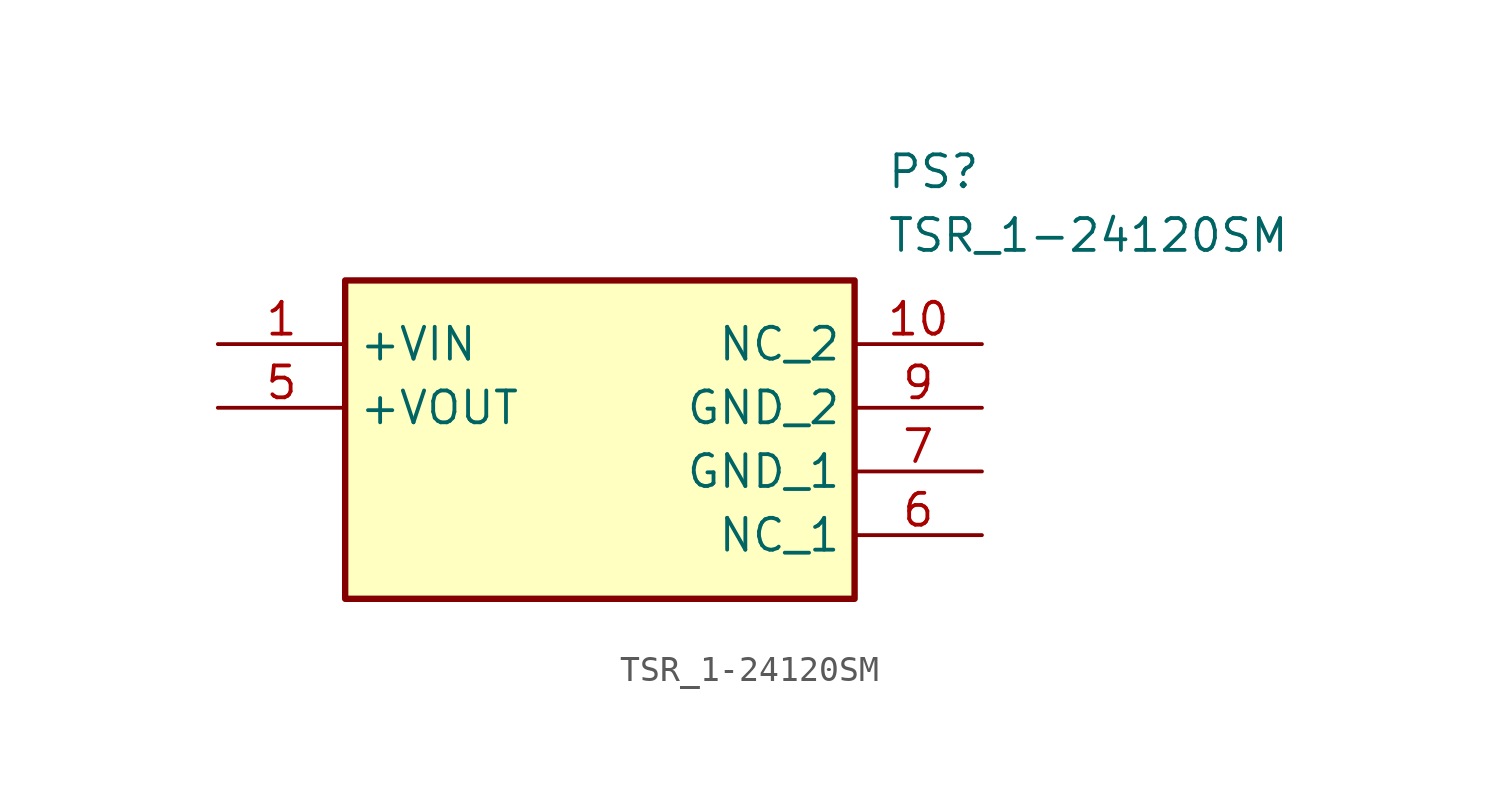
<source format=kicad_sym>
(kicad_symbol_lib
  (version 20211014)
  (generator SamacSys_ECAD_Model)
  (symbol "TSR_1-24120SM"
    (property "Reference" "PS"
      (at 26.67 7.62 0)
      (effects (font (size 1.27 1.27)) (justify left top)))
    (property "Value" "TSR_1-24120SM"
      (at 26.67 5.08 0)
      (effects (font (size 1.27 1.27)) (justify left top)))
    (rectangle
      (start 5.08 2.54)
      (end 25.4 -10.16)
      (stroke (width 0.254) (type default))
      (fill (type background)))
    (pin passive line
      (at 0 0 0)
      (length 5.08)
      (name "+VIN" (effects (font (size 1.27 1.27))))
      (number "1" (effects (font (size 1.27 1.27)))))
    (pin passive line
      (at 0 -2.54 0)
      (length 5.08)
      (name "+VOUT" (effects (font (size 1.27 1.27))))
      (number "5" (effects (font (size 1.27 1.27)))))
    (pin passive line
      (at 30.48 -7.62 180)
      (length 5.08)
      (name "NC_1" (effects (font (size 1.27 1.27))))
      (number "6" (effects (font (size 1.27 1.27)))))
    (pin passive line
      (at 30.48 -5.08 180)
      (length 5.08)
      (name "GND_1" (effects (font (size 1.27 1.27))))
      (number "7" (effects (font (size 1.27 1.27)))))
    (pin passive line
      (at 30.48 -2.54 180)
      (length 5.08)
      (name "GND_2" (effects (font (size 1.27 1.27))))
      (number "9" (effects (font (size 1.27 1.27)))))
    (pin passive line
      (at 30.48 0 180)
      (length 5.08)
      (name "NC_2" (effects (font (size 1.27 1.27))))
      (number "10" (effects (font (size 1.27 1.27)))))))
</source>
